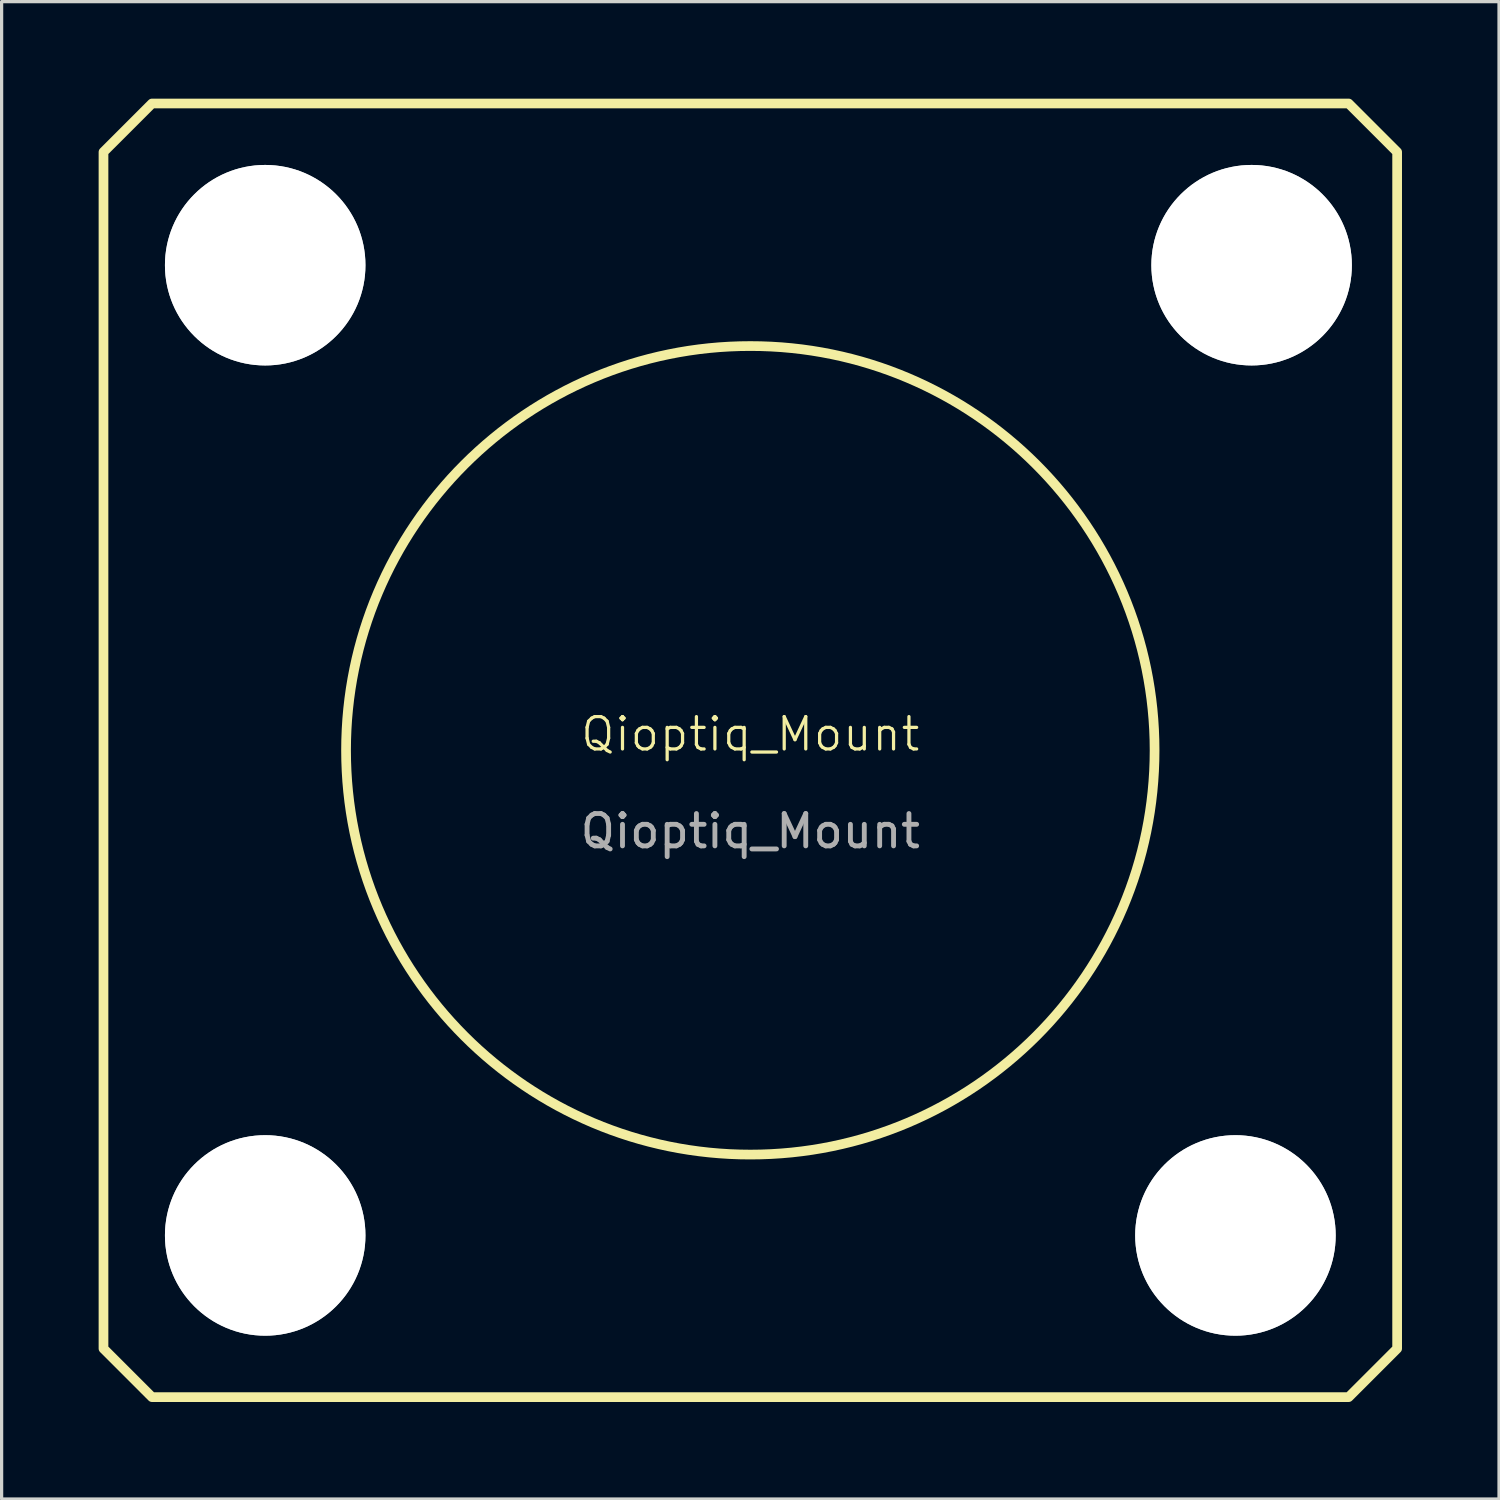
<source format=kicad_pcb>
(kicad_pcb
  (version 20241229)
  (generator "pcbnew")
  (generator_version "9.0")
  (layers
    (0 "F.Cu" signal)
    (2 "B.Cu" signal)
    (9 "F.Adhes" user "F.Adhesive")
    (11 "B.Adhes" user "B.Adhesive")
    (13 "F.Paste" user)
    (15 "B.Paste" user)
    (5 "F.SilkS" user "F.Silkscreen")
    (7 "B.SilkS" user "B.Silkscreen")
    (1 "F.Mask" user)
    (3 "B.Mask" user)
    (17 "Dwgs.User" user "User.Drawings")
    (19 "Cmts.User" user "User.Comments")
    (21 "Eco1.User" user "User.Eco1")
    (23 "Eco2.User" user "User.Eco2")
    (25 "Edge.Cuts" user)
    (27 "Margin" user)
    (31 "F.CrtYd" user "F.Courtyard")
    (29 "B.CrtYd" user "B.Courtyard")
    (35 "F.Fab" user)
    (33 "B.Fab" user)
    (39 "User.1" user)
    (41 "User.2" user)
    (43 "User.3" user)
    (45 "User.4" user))
  (footprint "Qioptiq_Mount"
    (layer "F.Cu")
    (at 20.15 20.15)
    (property "Reference" "Qioptiq_Mount" (at 0 -0.5 0) (unlocked yes) (layer "F.SilkS") (effects (font (size 1 1) (thickness 0.1))))
    (attr allow_missing_courtyard)
    (fp_circle (center 0 0) (end 12.5 0) (stroke (width 0.3) (type default)) (fill no) (layer "F.SilkS"))
    (fp_poly (pts (xy -18.5 -20) (xy 18.5 -20) (xy 20 -18.5) (xy 20 18.5) (xy 18.5 20) (xy -18.5 20) (xy -20 18.5) (xy -20 -18.5)) (stroke (width 0.3) (type solid)) (fill no) (layer "F.SilkS"))
    (fp_text user "${REFERENCE}" (at 0 2.5 0) (unlocked yes) (layer "F.Fab") (effects (font (size 1 1) (thickness 0.15))))
    (pad "" np_thru_hole circle (at -15 -15) (size 6.2 6.2) (drill 6.2) (layers "*.Mask" "Dwgs.User"))
    (pad "" np_thru_hole circle (at -15 15) (size 6.2 6.2) (drill 6.2) (layers "*.Mask" "Dwgs.User"))
    (pad "" np_thru_hole circle (at 15 15) (size 6.2 6.2) (drill 6.2) (layers "*.Mask" "Dwgs.User"))
    (pad "" np_thru_hole circle (at 15.5 -15) (size 6.2 6.2) (drill 6.2) (layers "*.Mask" "Dwgs.User")))
  (gr_rect
    (start -3 -3)
    (end 43.3 43.3)
    (stroke (width 0.1) (type default))
    (fill no)
    (layer "Edge.Cuts")))
</source>
